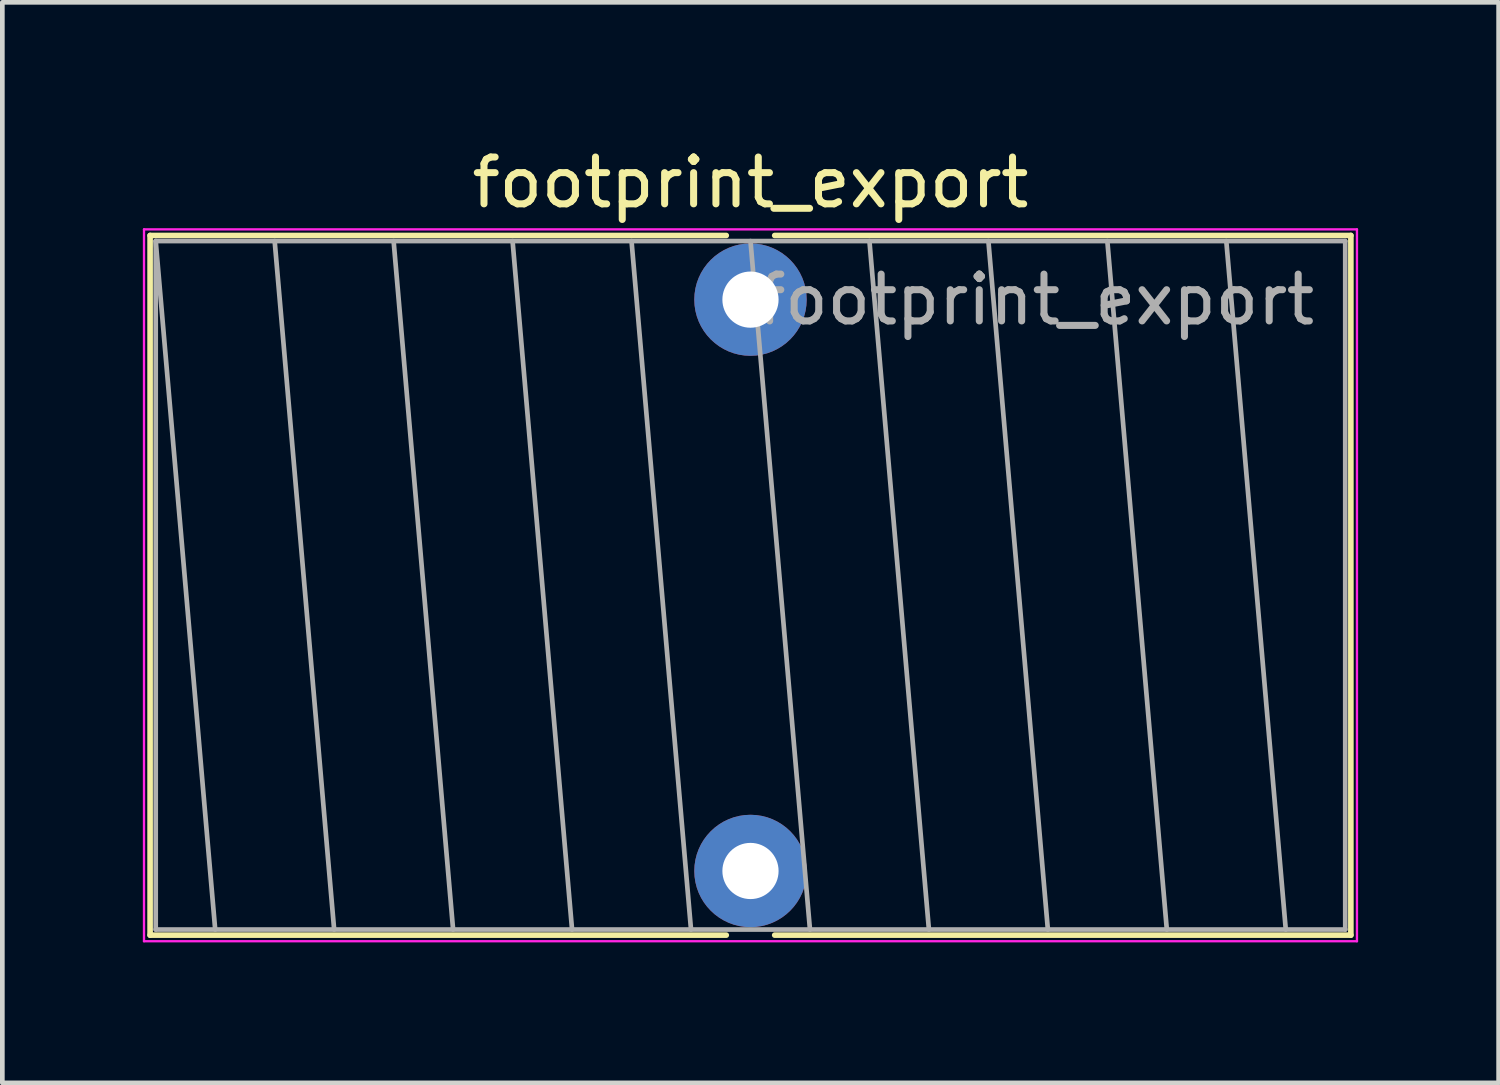
<source format=kicad_pcb>
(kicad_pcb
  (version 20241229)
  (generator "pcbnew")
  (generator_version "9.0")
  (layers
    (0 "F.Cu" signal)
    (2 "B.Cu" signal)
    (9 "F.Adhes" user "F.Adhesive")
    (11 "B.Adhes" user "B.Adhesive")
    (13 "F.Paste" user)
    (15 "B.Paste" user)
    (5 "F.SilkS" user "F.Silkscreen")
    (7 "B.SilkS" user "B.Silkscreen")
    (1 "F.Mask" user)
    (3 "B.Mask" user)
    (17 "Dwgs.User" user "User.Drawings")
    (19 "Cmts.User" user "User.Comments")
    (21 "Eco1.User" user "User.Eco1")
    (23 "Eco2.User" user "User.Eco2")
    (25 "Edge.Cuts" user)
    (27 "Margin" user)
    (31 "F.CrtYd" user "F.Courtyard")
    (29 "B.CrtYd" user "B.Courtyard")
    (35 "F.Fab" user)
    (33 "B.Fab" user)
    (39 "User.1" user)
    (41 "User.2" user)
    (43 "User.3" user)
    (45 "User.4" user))
  (footprint "footprint_export"
    (layer "F.Cu")
    (at 12.975 3.348)
    (property "Reference" "footprint_export" (at 0 -2.5 0) (layer "F.SilkS") (effects (font (size 1 1) (thickness 0.15))))
    (attr through_hole)
    (fp_line (start -12.82 -1.37) (end -12.82 13.57) (stroke (width 0.12) (type solid)) (layer "F.SilkS"))
    (fp_line (start -12.82 -1.37) (end -0.517 -1.37) (stroke (width 0.12) (type solid)) (layer "F.SilkS"))
    (fp_line (start -12.82 13.57) (end -0.517 13.57) (stroke (width 0.12) (type solid)) (layer "F.SilkS"))
    (fp_line (start 0.517 -1.37) (end 12.82 -1.37) (stroke (width 0.12) (type solid)) (layer "F.SilkS"))
    (fp_line (start 0.517 13.57) (end 12.82 13.57) (stroke (width 0.12) (type solid)) (layer "F.SilkS"))
    (fp_line (start 12.82 -1.37) (end 12.82 13.57) (stroke (width 0.12) (type solid)) (layer "F.SilkS"))
    (fp_line (start -12.95 -1.5) (end -12.95 13.7) (stroke (width 0.05) (type solid)) (layer "F.CrtYd"))
    (fp_line (start -12.95 13.7) (end 12.95 13.7) (stroke (width 0.05) (type solid)) (layer "F.CrtYd"))
    (fp_line (start 12.95 -1.5) (end -12.95 -1.5) (stroke (width 0.05) (type solid)) (layer "F.CrtYd"))
    (fp_line (start 12.95 13.7) (end 12.95 -1.5) (stroke (width 0.05) (type solid)) (layer "F.CrtYd"))
    (fp_line (start -12.7 -1.25) (end -12.7 13.45) (stroke (width 0.1) (type solid)) (layer "F.Fab"))
    (fp_line (start -12.7 -1.25) (end -11.43 13.45) (stroke (width 0.1) (type solid)) (layer "F.Fab"))
    (fp_line (start -12.7 13.45) (end 12.7 13.45) (stroke (width 0.1) (type solid)) (layer "F.Fab"))
    (fp_line (start -10.16 -1.25) (end -8.89 13.45) (stroke (width 0.1) (type solid)) (layer "F.Fab"))
    (fp_line (start -7.62 -1.25) (end -6.35 13.45) (stroke (width 0.1) (type solid)) (layer "F.Fab"))
    (fp_line (start -5.08 -1.25) (end -3.81 13.45) (stroke (width 0.1) (type solid)) (layer "F.Fab"))
    (fp_line (start -2.54 -1.25) (end -1.27 13.45) (stroke (width 0.1) (type solid)) (layer "F.Fab"))
    (fp_line (start 0 -1.25) (end 1.27 13.45) (stroke (width 0.1) (type solid)) (layer "F.Fab"))
    (fp_line (start 2.54 -1.25) (end 3.81 13.45) (stroke (width 0.1) (type solid)) (layer "F.Fab"))
    (fp_line (start 5.08 -1.25) (end 6.35 13.45) (stroke (width 0.1) (type solid)) (layer "F.Fab"))
    (fp_line (start 7.62 -1.25) (end 8.89 13.45) (stroke (width 0.1) (type solid)) (layer "F.Fab"))
    (fp_line (start 10.16 -1.25) (end 11.43 13.45) (stroke (width 0.1) (type solid)) (layer "F.Fab"))
    (fp_line (start 12.7 -1.25) (end -12.7 -1.25) (stroke (width 0.1) (type solid)) (layer "F.Fab"))
    (fp_line (start 12.7 13.45) (end 12.7 -1.25) (stroke (width 0.1) (type solid)) (layer "F.Fab"))
    (fp_text user "${REFERENCE}" (at 6.1 0 0) (layer "F.Fab") (effects (font (size 1 1) (thickness 0.15))))
    (pad "1" thru_hole circle (at 0 0) (size 2.4 2.4) (drill 1.2) (layers "*.Cu" "*.Mask"))
    (pad "2" thru_hole circle (at 0 12.2) (size 2.4 2.4) (drill 1.2) (layers "*.Cu" "*.Mask")))
  (gr_rect
    (start -3 -3)
    (end 28.95 20.073)
    (stroke (width 0.1) (type default))
    (fill no)
    (layer "Edge.Cuts")))
</source>
